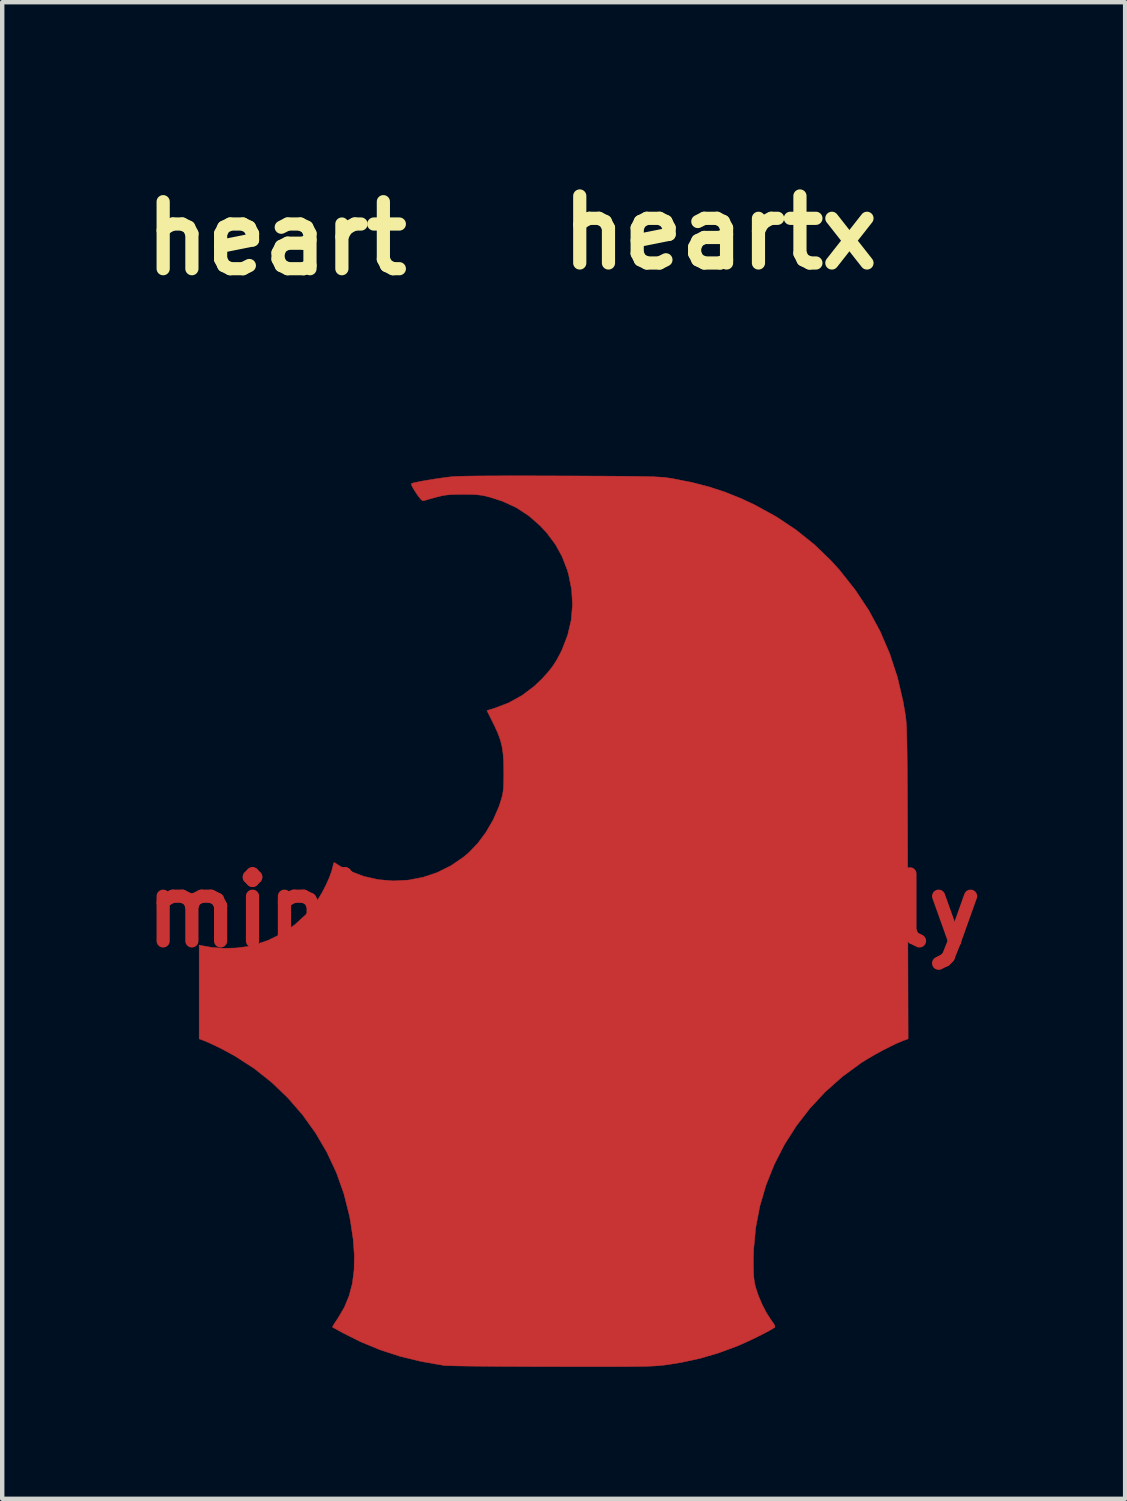
<source format=kicad_pcb>
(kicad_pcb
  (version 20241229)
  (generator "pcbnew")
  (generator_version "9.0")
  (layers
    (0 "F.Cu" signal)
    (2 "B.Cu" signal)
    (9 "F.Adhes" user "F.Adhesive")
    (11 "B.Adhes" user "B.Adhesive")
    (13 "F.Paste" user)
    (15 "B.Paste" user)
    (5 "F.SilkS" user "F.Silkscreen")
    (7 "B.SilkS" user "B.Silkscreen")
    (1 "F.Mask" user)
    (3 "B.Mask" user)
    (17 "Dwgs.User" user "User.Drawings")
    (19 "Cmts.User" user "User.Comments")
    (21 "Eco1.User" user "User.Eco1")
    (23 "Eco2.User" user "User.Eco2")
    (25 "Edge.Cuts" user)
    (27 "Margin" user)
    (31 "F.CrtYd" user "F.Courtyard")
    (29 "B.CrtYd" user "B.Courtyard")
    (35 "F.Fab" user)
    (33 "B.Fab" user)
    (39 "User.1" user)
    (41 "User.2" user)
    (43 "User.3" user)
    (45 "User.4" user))
  (footprint "mini_meow_belly"
    (layer "F.Cu")
    (at 9.768 17.657)
    (property "Reference" "mini_meow_belly" (at 0 0 0) (layer "F.Cu") (effects (font (size 1.524 1.524) (thickness 0.3))))
    (attr through_hole)
    (fp_poly (pts (xy -0.66 -9.886) (xy -0.208 -9.885) (xy -0.064 -9.884) (xy 0.326 -9.883) (xy 0.669 -9.881) (xy 0.967 -9.88) (xy 1.226 -9.878) (xy 1.448 -9.876) (xy 1.638 -9.874) (xy 1.798 -9.871) (xy 1.932 -9.868) (xy 2.044 -9.865) (xy 2.138 -9.86) (xy 2.217 -9.855) (xy 2.285 -9.85) (xy 2.345 -9.843) (xy 2.4 -9.835) (xy 2.456 -9.826) (xy 2.492 -9.82) (xy 2.918 -9.736) (xy 3.308 -9.635) (xy 3.677 -9.514) (xy 4.04 -9.368) (xy 4.335 -9.23) (xy 4.828 -8.96) (xy 5.283 -8.657) (xy 5.702 -8.321) (xy 6.087 -7.949) (xy 6.274 -7.742) (xy 6.629 -7.294) (xy 6.937 -6.829) (xy 7.199 -6.344) (xy 7.416 -5.837) (xy 7.59 -5.305) (xy 7.72 -4.748) (xy 7.771 -4.449) (xy 7.777 -4.405) (xy 7.783 -4.355) (xy 7.788 -4.298) (xy 7.792 -4.231) (xy 7.797 -4.151) (xy 7.8 -4.056) (xy 7.803 -3.942) (xy 7.806 -3.808) (xy 7.809 -3.651) (xy 7.811 -3.467) (xy 7.813 -3.254) (xy 7.815 -3.01) (xy 7.817 -2.732) (xy 7.818 -2.416) (xy 7.82 -2.062) (xy 7.821 -1.665) (xy 7.822 -1.223) (xy 7.824 -0.733) (xy 7.824 -0.62) (xy 7.833 2.916) (xy 7.711 2.962) (xy 7.586 3.014) (xy 7.431 3.088) (xy 7.259 3.176) (xy 7.084 3.271) (xy 6.917 3.368) (xy 6.772 3.458) (xy 6.756 3.469) (xy 6.336 3.777) (xy 5.951 4.12) (xy 5.602 4.494) (xy 5.291 4.896) (xy 5.02 5.322) (xy 4.79 5.771) (xy 4.603 6.238) (xy 4.461 6.721) (xy 4.366 7.217) (xy 4.319 7.722) (xy 4.314 7.958) (xy 4.315 8.129) (xy 4.319 8.261) (xy 4.327 8.366) (xy 4.34 8.456) (xy 4.359 8.542) (xy 4.369 8.58) (xy 4.432 8.769) (xy 4.517 8.966) (xy 4.614 9.152) (xy 4.715 9.308) (xy 4.726 9.323) (xy 4.782 9.402) (xy 4.805 9.451) (xy 4.798 9.479) (xy 4.797 9.48) (xy 4.747 9.512) (xy 4.661 9.561) (xy 4.547 9.621) (xy 4.416 9.687) (xy 4.278 9.754) (xy 4.141 9.818) (xy 4.016 9.873) (xy 3.954 9.9) (xy 3.525 10.059) (xy 3.104 10.183) (xy 2.669 10.277) (xy 2.395 10.321) (xy 2.331 10.33) (xy 2.268 10.338) (xy 2.204 10.345) (xy 2.134 10.351) (xy 2.055 10.356) (xy 1.964 10.36) (xy 1.857 10.364) (xy 1.73 10.366) (xy 1.579 10.368) (xy 1.401 10.37) (xy 1.193 10.371) (xy 0.951 10.371) (xy 0.671 10.371) (xy 0.349 10.371) (xy -0.018 10.371) (xy -0.262 10.37) (xy -0.603 10.37) (xy -0.932 10.368) (xy -1.246 10.367) (xy -1.541 10.365) (xy -1.811 10.362) (xy -2.055 10.36) (xy -2.267 10.357) (xy -2.443 10.354) (xy -2.581 10.35) (xy -2.675 10.347) (xy -2.721 10.344) (xy -3.237 10.254) (xy -3.72 10.137) (xy -4.177 9.988) (xy -4.619 9.805) (xy -5.013 9.608) (xy -5.111 9.554) (xy -5.191 9.51) (xy -5.243 9.481) (xy -5.258 9.471) (xy -5.248 9.449) (xy -5.215 9.394) (xy -5.164 9.316) (xy -5.128 9.262) (xy -4.986 9.02) (xy -4.879 8.76) (xy -4.805 8.479) (xy -4.766 8.173) (xy -4.76 7.838) (xy -4.787 7.472) (xy -4.847 7.071) (xy -4.871 6.941) (xy -4.996 6.443) (xy -5.167 5.961) (xy -5.383 5.499) (xy -5.64 5.059) (xy -5.937 4.645) (xy -6.271 4.26) (xy -6.64 3.906) (xy -7.041 3.588) (xy -7.472 3.309) (xy -7.75 3.158) (xy -7.874 3.096) (xy -7.994 3.039) (xy -8.096 2.992) (xy -8.167 2.963) (xy -8.168 2.962) (xy -8.289 2.917) (xy -8.289 0.783) (xy -8.231 0.797) (xy -7.991 0.84) (xy -7.726 0.858) (xy -7.455 0.851) (xy -7.196 0.819) (xy -7.064 0.79) (xy -6.724 0.678) (xy -6.407 0.522) (xy -6.118 0.325) (xy -5.86 0.089) (xy -5.636 -0.182) (xy -5.579 -0.267) (xy -5.49 -0.415) (xy -5.406 -0.578) (xy -5.333 -0.741) (xy -5.279 -0.889) (xy -5.25 -0.998) (xy -5.235 -1.059) (xy -5.222 -1.092) (xy -5.22 -1.093) (xy -5.193 -1.08) (xy -5.143 -1.047) (xy -5.134 -1.041) (xy -5.075 -1.005) (xy -4.987 -0.958) (xy -4.888 -0.909) (xy -4.874 -0.902) (xy -4.547 -0.779) (xy -4.212 -0.703) (xy -3.871 -0.675) (xy -3.532 -0.693) (xy -3.198 -0.757) (xy -2.874 -0.866) (xy -2.566 -1.019) (xy -2.279 -1.215) (xy -2.159 -1.316) (xy -1.952 -1.531) (xy -1.765 -1.783) (xy -1.603 -2.062) (xy -1.475 -2.355) (xy -1.433 -2.481) (xy -1.407 -2.568) (xy -1.388 -2.644) (xy -1.376 -2.719) (xy -1.368 -2.806) (xy -1.364 -2.916) (xy -1.362 -3.059) (xy -1.362 -3.153) (xy -1.365 -3.376) (xy -1.377 -3.561) (xy -1.4 -3.723) (xy -1.438 -3.875) (xy -1.494 -4.029) (xy -1.571 -4.199) (xy -1.614 -4.286) (xy -1.745 -4.549) (xy -1.566 -4.603) (xy -1.248 -4.725) (xy -0.947 -4.892) (xy -0.67 -5.1) (xy -0.494 -5.268) (xy -0.361 -5.414) (xy -0.256 -5.546) (xy -0.167 -5.682) (xy -0.083 -5.838) (xy -0.037 -5.932) (xy 0.091 -6.263) (xy 0.171 -6.604) (xy 0.201 -6.951) (xy 0.181 -7.3) (xy 0.111 -7.648) (xy 0.084 -7.741) (xy -0.035 -8.05) (xy -0.19 -8.331) (xy -0.386 -8.592) (xy -0.532 -8.749) (xy -0.791 -8.977) (xy -1.075 -9.163) (xy -1.388 -9.308) (xy -1.678 -9.401) (xy -1.788 -9.429) (xy -1.886 -9.447) (xy -1.989 -9.458) (xy -2.11 -9.464) (xy -2.265 -9.466) (xy -2.288 -9.466) (xy -2.448 -9.464) (xy -2.572 -9.459) (xy -2.675 -9.449) (xy -2.772 -9.432) (xy -2.878 -9.406) (xy -2.898 -9.401) (xy -3.007 -9.371) (xy -3.099 -9.345) (xy -3.163 -9.325) (xy -3.182 -9.319) (xy -3.21 -9.321) (xy -3.248 -9.353) (xy -3.3 -9.418) (xy -3.356 -9.498) (xy -3.423 -9.604) (xy -3.458 -9.674) (xy -3.461 -9.709) (xy -3.458 -9.713) (xy -3.418 -9.725) (xy -3.338 -9.743) (xy -3.227 -9.765) (xy -3.093 -9.788) (xy -2.947 -9.812) (xy -2.799 -9.834) (xy -2.656 -9.853) (xy -2.555 -9.865) (xy -2.478 -9.871) (xy -2.356 -9.876) (xy -2.19 -9.88) (xy -1.978 -9.883) (xy -1.72 -9.885) (xy -1.415 -9.886) (xy -1.062 -9.887) (xy -0.66 -9.886)) (stroke (width 0.01) (type solid)) (fill yes) (layer "F.Cu")))
  (footprint "heartx"
    (layer "F.Cu")
    (at 13.327 2.241)
    (property "Reference" "heartx" (at 0 0 0) (layer "F.SilkS") (effects (font (size 1.524 1.524) (thickness 0.3))))
    (attr through_hole)
    (fp_poly (pts (xy -0.713 -2.223) (xy -0.564 -2.174) (xy -0.446 -2.102) (xy -0.319 -1.995) (xy -0.195 -1.865) (xy -0.087 -1.724) (xy -0.075 -1.706) (xy -0.028 -1.637) (xy 0.009 -1.591) (xy 0.025 -1.576) (xy 0.047 -1.596) (xy 0.086 -1.647) (xy 0.121 -1.697) (xy 0.199 -1.802) (xy 0.301 -1.914) (xy 0.414 -2.021) (xy 0.526 -2.113) (xy 0.625 -2.178) (xy 0.651 -2.191) (xy 0.733 -2.221) (xy 0.815 -2.234) (xy 0.92 -2.234) (xy 0.953 -2.232) (xy 1.151 -2.197) (xy 1.322 -2.119) (xy 1.467 -1.997) (xy 1.585 -1.832) (xy 1.624 -1.756) (xy 1.678 -1.582) (xy 1.692 -1.389) (xy 1.669 -1.184) (xy 1.608 -0.979) (xy 1.512 -0.782) (xy 1.471 -0.718) (xy 1.388 -0.611) (xy 1.269 -0.481) (xy 1.122 -0.333) (xy 0.952 -0.172) (xy 0.765 -0.006) (xy 0.568 0.161) (xy 0.458 0.25) (xy 0.332 0.35) (xy 0.22 0.437) (xy 0.128 0.509) (xy 0.06 0.559) (xy 0.025 0.583) (xy 0.021 0.585) (xy -0.008 0.567) (xy -0.011 0.562) (xy -0.035 0.539) (xy -0.092 0.49) (xy -0.177 0.419) (xy -0.284 0.331) (xy -0.407 0.23) (xy -0.476 0.174) (xy -0.746 -0.05) (xy -0.975 -0.251) (xy -1.166 -0.434) (xy -1.321 -0.601) (xy -1.442 -0.757) (xy -1.533 -0.906) (xy -1.596 -1.05) (xy -1.634 -1.194) (xy -1.649 -1.341) (xy -1.647 -1.449) (xy -1.62 -1.64) (xy -1.557 -1.803) (xy -1.454 -1.949) (xy -1.394 -2.013) (xy -1.242 -2.13) (xy -1.071 -2.204) (xy -0.892 -2.236) (xy -0.713 -2.223)) (stroke (width 0.01) (type solid)) (fill yes) (layer "F.Mask"))
    (fp_poly (pts (xy -1.351 0.069) (xy -1.282 0.099) (xy -1.2 0.174) (xy -1.146 0.275) (xy -1.129 0.383) (xy -1.132 0.416) (xy -1.148 0.501) (xy -0.563 0.719) (xy 0.023 0.936) (xy 0.6 0.722) (xy 0.761 0.663) (xy 0.905 0.61) (xy 1.026 0.565) (xy 1.118 0.532) (xy 1.173 0.513) (xy 1.186 0.509) (xy 1.189 0.486) (xy 1.183 0.431) (xy 1.18 0.411) (xy 1.185 0.291) (xy 1.236 0.185) (xy 1.328 0.102) (xy 1.33 0.101) (xy 1.437 0.061) (xy 1.563 0.052) (xy 1.685 0.073) (xy 1.75 0.102) (xy 1.826 0.173) (xy 1.88 0.268) (xy 1.901 0.369) (xy 1.897 0.411) (xy 1.898 0.476) (xy 1.929 0.514) (xy 1.972 0.558) (xy 2.015 0.624) (xy 2.02 0.633) (xy 2.049 0.704) (xy 2.048 0.768) (xy 2.036 0.816) (xy 1.98 0.925) (xy 1.891 1.005) (xy 1.781 1.052) (xy 1.66 1.064) (xy 1.54 1.039) (xy 1.432 0.973) (xy 1.423 0.965) (xy 1.341 0.889) (xy 0.988 1.021) (xy 0.866 1.067) (xy 0.763 1.108) (xy 0.687 1.139) (xy 0.648 1.158) (xy 0.644 1.161) (xy 0.67 1.172) (xy 0.734 1.198) (xy 0.829 1.235) (xy 0.945 1.278) (xy 0.994 1.297) (xy 1.142 1.35) (xy 1.247 1.384) (xy 1.313 1.398) (xy 1.343 1.395) (xy 1.345 1.392) (xy 1.37 1.355) (xy 1.417 1.304) (xy 1.43 1.291) (xy 1.534 1.225) (xy 1.652 1.199) (xy 1.772 1.209) (xy 1.884 1.254) (xy 1.975 1.33) (xy 2.033 1.435) (xy 2.049 1.548) (xy 2.016 1.65) (xy 1.956 1.722) (xy 1.907 1.781) (xy 1.895 1.837) (xy 1.898 1.856) (xy 1.894 1.949) (xy 1.855 2.047) (xy 1.789 2.131) (xy 1.75 2.161) (xy 1.639 2.202) (xy 1.511 2.211) (xy 1.388 2.189) (xy 1.327 2.161) (xy 1.256 2.097) (xy 1.203 2.011) (xy 1.177 1.922) (xy 1.18 1.869) (xy 1.182 1.85) (xy 1.173 1.833) (xy 1.149 1.813) (xy 1.105 1.789) (xy 1.034 1.758) (xy 0.931 1.717) (xy 0.792 1.664) (xy 0.61 1.596) (xy 0.609 1.596) (xy 0.024 1.379) (xy -0.551 1.592) (xy -0.711 1.651) (xy -0.855 1.704) (xy -0.976 1.749) (xy -1.068 1.782) (xy -1.122 1.801) (xy -1.135 1.805) (xy -1.137 1.826) (xy -1.13 1.867) (xy -1.132 1.947) (xy -1.169 2.037) (xy -1.231 2.119) (xy -1.283 2.161) (xy -1.392 2.202) (xy -1.517 2.211) (xy -1.638 2.189) (xy -1.696 2.162) (xy -1.782 2.086) (xy -1.836 1.988) (xy -1.85 1.884) (xy -1.848 1.869) (xy -1.848 1.802) (xy -1.878 1.762) (xy -1.88 1.761) (xy -1.935 1.703) (xy -1.978 1.615) (xy -2 1.521) (xy -1.998 1.464) (xy -1.955 1.366) (xy -1.875 1.283) (xy -1.768 1.223) (xy -1.647 1.196) (xy -1.623 1.195) (xy -1.534 1.212) (xy -1.439 1.256) (xy -1.358 1.316) (xy -1.32 1.364) (xy -1.28 1.409) (xy -1.247 1.41) (xy -1.21 1.395) (xy -1.134 1.367) (xy -1.032 1.329) (xy -0.914 1.284) (xy -0.896 1.278) (xy -0.781 1.234) (xy -0.686 1.197) (xy -0.621 1.169) (xy -0.592 1.155) (xy -0.592 1.154) (xy -0.617 1.143) (xy -0.682 1.118) (xy -0.777 1.082) (xy -0.894 1.039) (xy -0.954 1.017) (xy -1.094 0.966) (xy -1.195 0.933) (xy -1.262 0.915) (xy -1.304 0.91) (xy -1.328 0.917) (xy -1.335 0.924) (xy -1.397 0.98) (xy -1.486 1.031) (xy -1.577 1.063) (xy -1.619 1.068) (xy -1.743 1.048) (xy -1.855 0.995) (xy -1.942 0.915) (xy -1.993 0.819) (xy -1.998 0.799) (xy -1.996 0.712) (xy -1.966 0.618) (xy -1.918 0.537) (xy -1.88 0.502) (xy -1.849 0.463) (xy -1.848 0.396) (xy -1.848 0.393) (xy -1.841 0.29) (xy -1.793 0.191) (xy -1.71 0.11) (xy -1.696 0.101) (xy -1.592 0.062) (xy -1.469 0.051) (xy -1.351 0.069)) (stroke (width 0.01) (type solid)) (fill yes) (layer "F.Mask")))
  (footprint "heart"
    (layer "F.Cu")
    (at 3.237 2.371)
    (property "Reference" "heart" (at 0 0 0) (layer "F.SilkS") (effects (font (size 1.524 1.524) (thickness 0.3))))
    (attr through_hole)
    (fp_poly (pts (xy 1.547 -2.36) (xy 1.7 -2.338) (xy 1.754 -2.325) (xy 1.999 -2.227) (xy 2.218 -2.087) (xy 2.407 -1.91) (xy 2.561 -1.7) (xy 2.677 -1.461) (xy 2.711 -1.36) (xy 2.744 -1.191) (xy 2.757 -0.994) (xy 2.749 -0.787) (xy 2.721 -0.588) (xy 2.699 -0.496) (xy 2.643 -0.322) (xy 2.574 -0.152) (xy 2.488 0.015) (xy 2.383 0.184) (xy 2.257 0.357) (xy 2.107 0.537) (xy 1.93 0.727) (xy 1.723 0.93) (xy 1.485 1.149) (xy 1.212 1.387) (xy 0.901 1.647) (xy 0.556 1.928) (xy 0.409 2.045) (xy 0.274 2.152) (xy 0.156 2.244) (xy 0.062 2.316) (xy -0.005 2.366) (xy -0.039 2.388) (xy -0.041 2.389) (xy -0.07 2.372) (xy -0.124 2.33) (xy -0.185 2.276) (xy -0.237 2.231) (xy -0.321 2.159) (xy -0.433 2.066) (xy -0.565 1.957) (xy -0.711 1.836) (xy -0.866 1.71) (xy -0.896 1.686) (xy -1.217 1.422) (xy -1.499 1.183) (xy -1.745 0.967) (xy -1.958 0.768) (xy -2.141 0.585) (xy -2.296 0.414) (xy -2.427 0.25) (xy -2.537 0.092) (xy -2.628 -0.065) (xy -2.705 -0.223) (xy -2.768 -0.387) (xy -2.8 -0.484) (xy -2.84 -0.665) (xy -2.858 -0.869) (xy -2.855 -1.075) (xy -2.829 -1.265) (xy -2.812 -1.335) (xy -2.714 -1.582) (xy -2.574 -1.805) (xy -2.399 -1.999) (xy -2.193 -2.159) (xy -1.961 -2.279) (xy -1.826 -2.325) (xy -1.691 -2.353) (xy -1.537 -2.366) (xy -1.383 -2.364) (xy -1.246 -2.348) (xy -1.173 -2.328) (xy -1.004 -2.251) (xy -0.828 -2.139) (xy -0.659 -2.004) (xy -0.593 -1.941) (xy -0.511 -1.854) (xy -0.419 -1.748) (xy -0.325 -1.632) (xy -0.237 -1.517) (xy -0.162 -1.414) (xy -0.11 -1.332) (xy -0.094 -1.303) (xy -0.068 -1.259) (xy -0.051 -1.246) (xy -0.029 -1.266) (xy 0.012 -1.318) (xy 0.065 -1.393) (xy 0.082 -1.417) (xy 0.251 -1.649) (xy 0.434 -1.857) (xy 0.622 -2.037) (xy 0.812 -2.182) (xy 0.995 -2.287) (xy 1.095 -2.327) (xy 1.224 -2.355) (xy 1.382 -2.366) (xy 1.547 -2.36)) (stroke (width 0.01) (type solid)) (fill yes) (layer "F.Mask")))
  (gr_rect
    (start -3 -3)
    (end 22.536 31.033)
    (stroke (width 0.1) (type default))
    (fill no)
    (layer "Edge.Cuts")))
</source>
